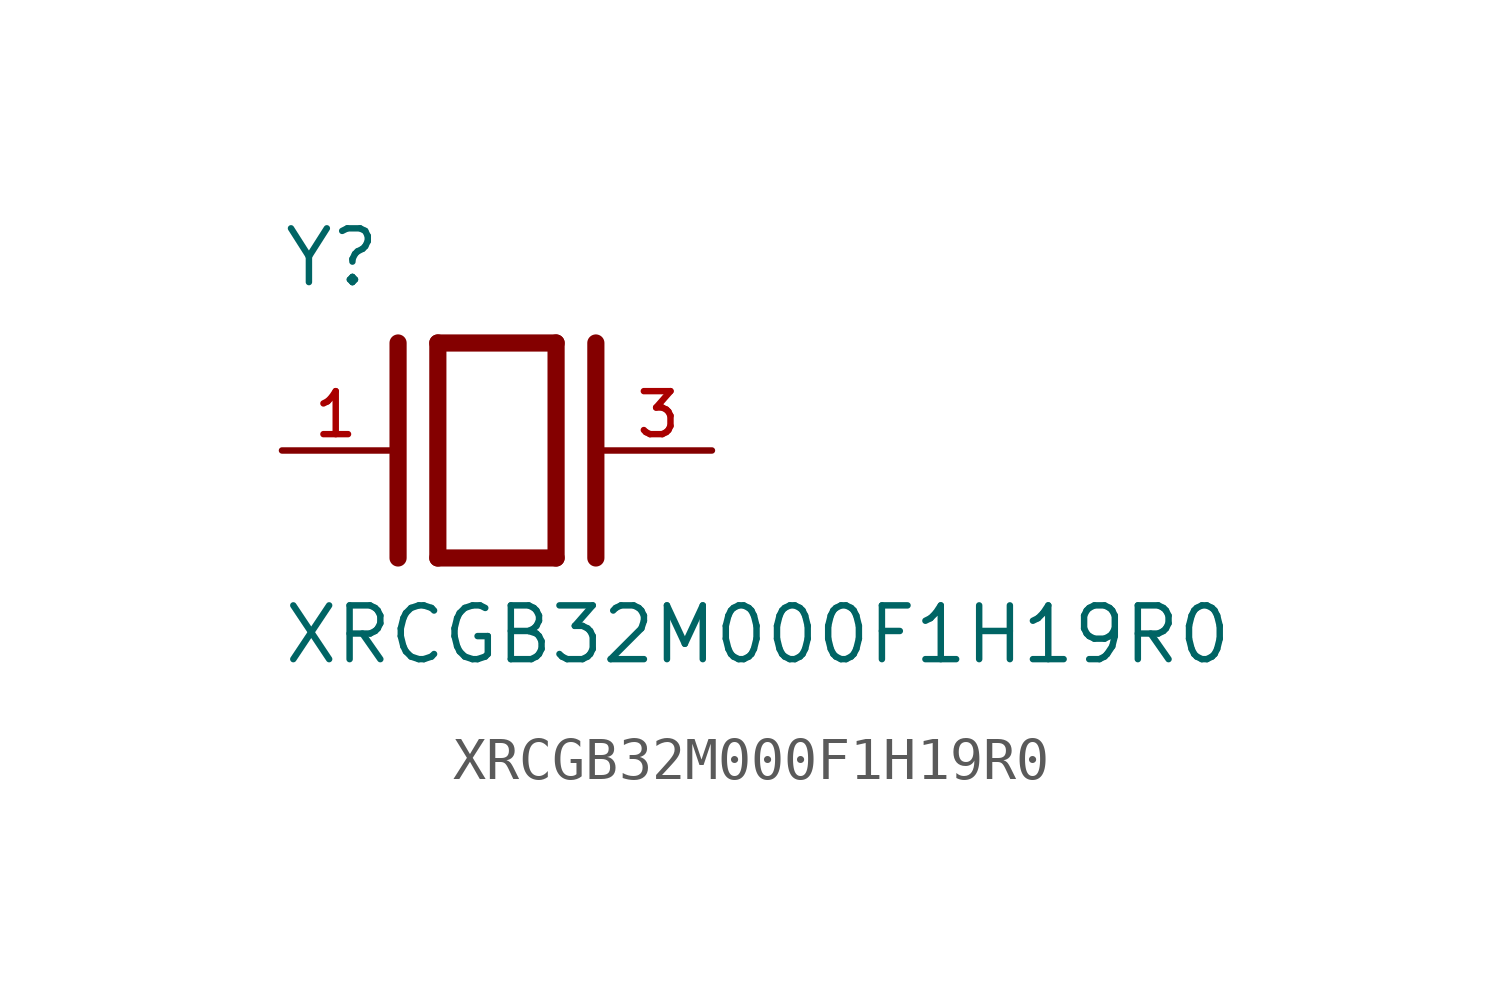
<source format=kicad_sym>
(kicad_symbol_lib
  (version 20211014)
  (generator kicad_symbol_editor)
  (symbol "XRCGB32M000F1H19R0"
    (pin_names
      (offset 1.016))
    (property "Reference" "Y"
      (at -5.088 3.816 0)
      (effects (font (size 1.27 1.27)) (justify bottom left)))
    (property "Value" "XRCGB32M000F1H19R0"
      (at -5.094 -5.094 0)
      (effects (font (size 1.27 1.27)) (justify bottom left)))
    (symbol "XRCGB32M000F1H19R0_0_0"
      (polyline (pts (xy -1.397 2.54) (xy 1.397 2.54)) (stroke (width 0.406)))
      (polyline (pts (xy 1.397 2.54) (xy 1.397 -2.54)) (stroke (width 0.406)))
      (polyline (pts (xy 1.397 -2.54) (xy -1.397 -2.54)) (stroke (width 0.406)))
      (polyline (pts (xy -1.397 2.54) (xy -1.397 -2.54)) (stroke (width 0.406)))
      (polyline (pts (xy 2.337 2.54) (xy 2.337 -2.54)) (stroke (width 0.406)))
      (polyline (pts (xy -2.337 2.54) (xy -2.337 -2.54)) (stroke (width 0.406)))
      (pin passive line (at 5.08 0.0 180.0) (length 2.54) (name "~" (effects (font (size 1.016 1.016)))) (number "3" (effects (font (size 1.016 1.016)))))
      (pin passive line (at -5.08 0.0 0) (length 2.54) (name "~" (effects (font (size 1.016 1.016)))) (number "1" (effects (font (size 1.016 1.016))))))))
</source>
